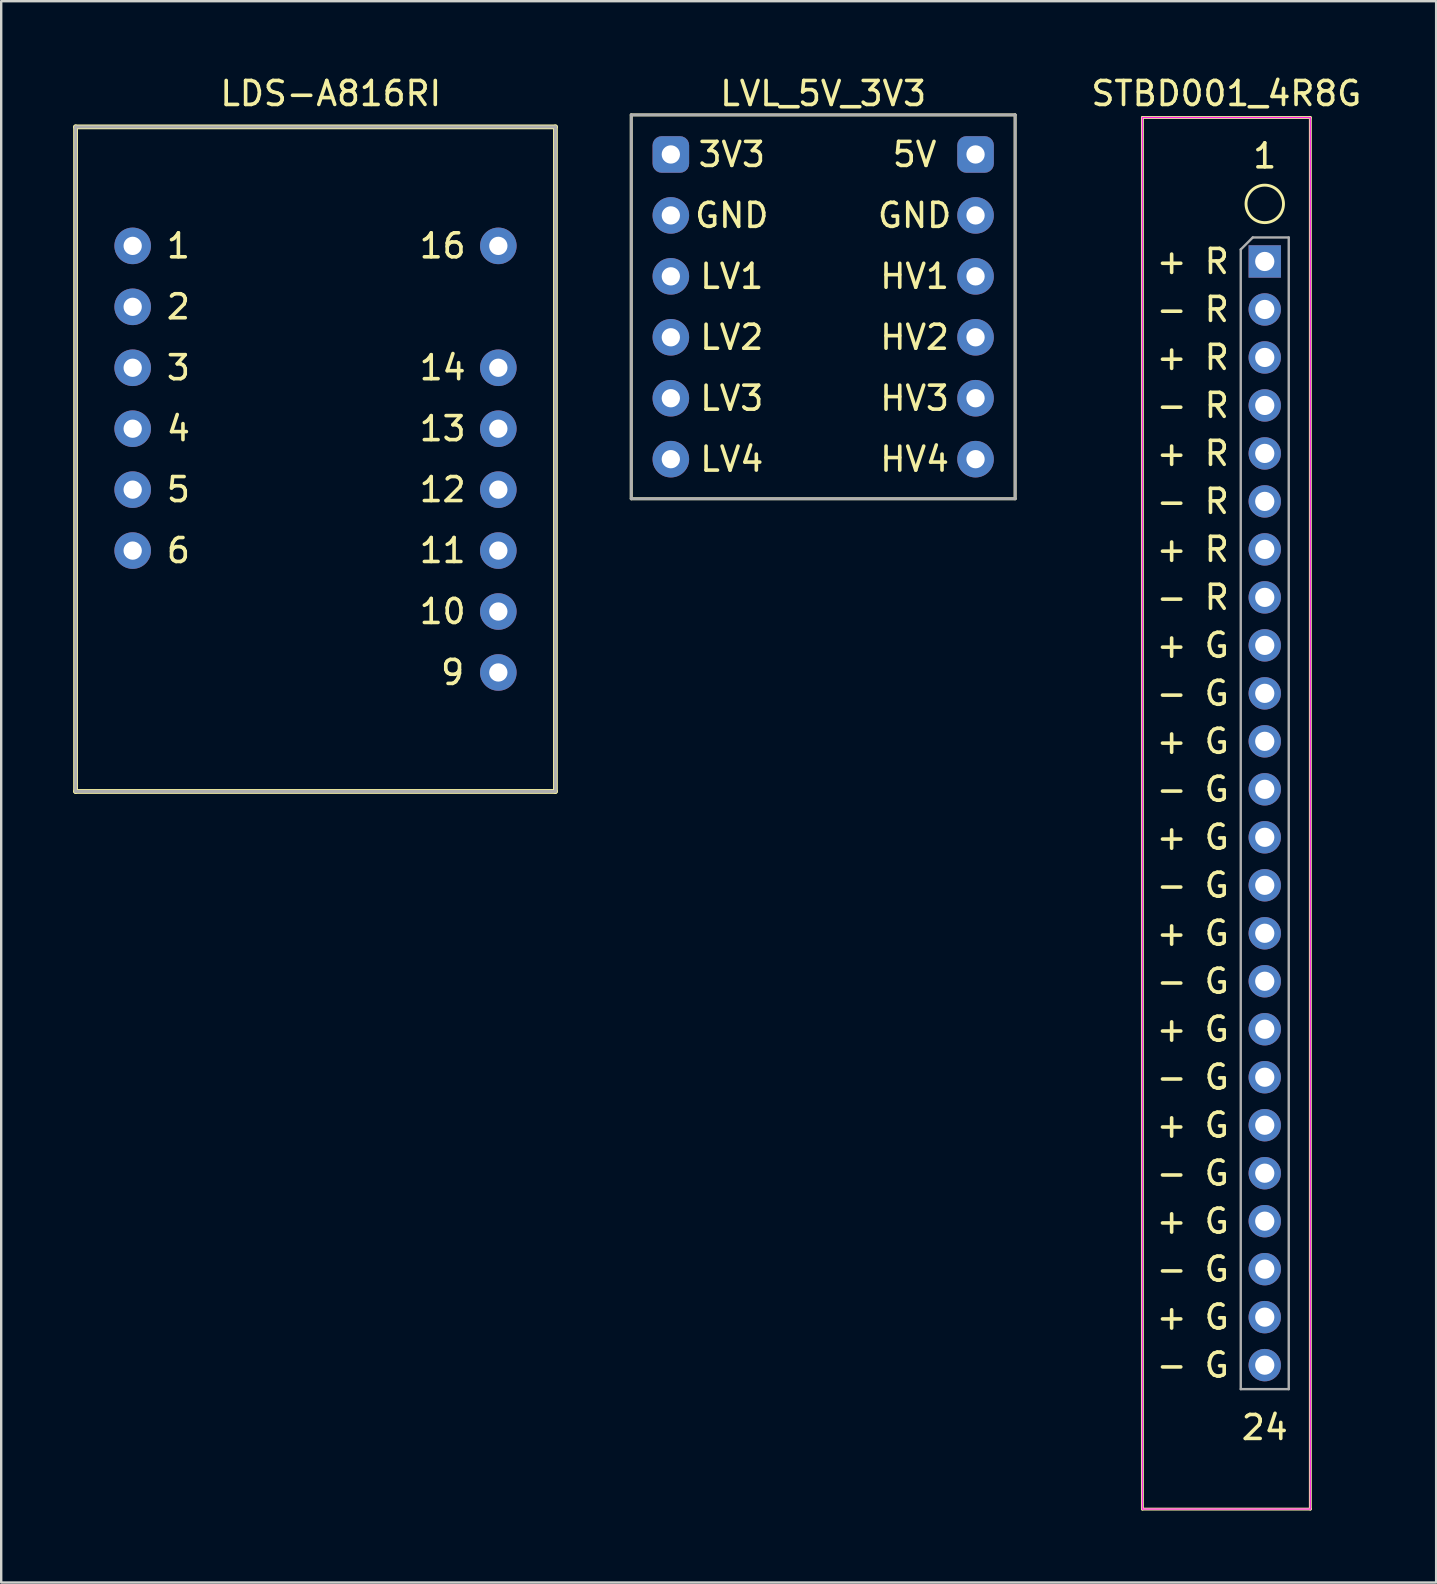
<source format=kicad_pcb>
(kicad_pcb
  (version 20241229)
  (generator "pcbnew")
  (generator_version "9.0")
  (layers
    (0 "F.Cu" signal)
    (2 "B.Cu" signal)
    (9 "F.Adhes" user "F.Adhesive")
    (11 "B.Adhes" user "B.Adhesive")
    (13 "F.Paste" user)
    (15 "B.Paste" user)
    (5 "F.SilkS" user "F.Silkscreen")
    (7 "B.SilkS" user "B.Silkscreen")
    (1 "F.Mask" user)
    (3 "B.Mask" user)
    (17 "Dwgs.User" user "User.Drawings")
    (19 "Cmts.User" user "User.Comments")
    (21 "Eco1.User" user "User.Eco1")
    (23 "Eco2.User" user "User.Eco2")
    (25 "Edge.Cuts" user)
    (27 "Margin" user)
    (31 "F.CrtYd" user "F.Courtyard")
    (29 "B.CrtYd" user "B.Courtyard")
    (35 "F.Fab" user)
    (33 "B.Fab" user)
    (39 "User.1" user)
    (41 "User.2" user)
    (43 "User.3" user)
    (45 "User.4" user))
  (footprint "LVL_5V_3V3"
    (layer "F.Cu")
    (at 31.26 9.738)
    (property "Reference" "LVL_5V_3V3" (at 0 -8.89 0) (layer "F.SilkS") (effects (font (size 1 1) (thickness 0.15))))
    (attr through_hole)
    (fp_line (start -8 -8) (end 8 -8) (stroke (width 0.12) (type solid)) (layer "F.SilkS"))
    (fp_line (start -8 8) (end -8 -8) (stroke (width 0.12) (type solid)) (layer "F.SilkS"))
    (fp_line (start 8 -8) (end 8 8) (stroke (width 0.12) (type solid)) (layer "F.SilkS"))
    (fp_line (start 8 8) (end -8 8) (stroke (width 0.12) (type solid)) (layer "F.SilkS"))
    (fp_line (start -8 -8) (end 8 -8) (stroke (width 0.12) (type solid)) (layer "F.Fab"))
    (fp_line (start -8 8) (end -8 -8) (stroke (width 0.12) (type solid)) (layer "F.Fab"))
    (fp_line (start 8 -8) (end 8 8) (stroke (width 0.12) (type solid)) (layer "F.Fab"))
    (fp_line (start 8 8) (end -8 8) (stroke (width 0.12) (type solid)) (layer "F.Fab"))
    (fp_text user "3V3" (at -3.81 -6.35 0) (layer "F.SilkS") (effects (font (size 1 1) (thickness 0.15))))
    (fp_text user "GND" (at 3.81 -3.81 0) (layer "F.SilkS") (effects (font (size 1 1) (thickness 0.15))))
    (fp_text user "5V" (at 3.81 -6.35 0) (layer "F.SilkS") (effects (font (size 1 1) (thickness 0.15))))
    (fp_text user "HV3" (at 3.81 3.81 0) (layer "F.SilkS") (effects (font (size 1 1) (thickness 0.15))))
    (fp_text user "LV1" (at -3.81 -1.27 0) (layer "F.SilkS") (effects (font (size 1 1) (thickness 0.15))))
    (fp_text user "LV3" (at -3.81 3.81 0) (layer "F.SilkS") (effects (font (size 1 1) (thickness 0.15))))
    (fp_text user "LV2" (at -3.81 1.27 0) (layer "F.SilkS") (effects (font (size 1 1) (thickness 0.15))))
    (fp_text user "HV2" (at 3.81 1.27 0) (layer "F.SilkS") (effects (font (size 1 1) (thickness 0.15))))
    (fp_text user "LV4" (at -3.81 6.35 0) (layer "F.SilkS") (effects (font (size 1 1) (thickness 0.15))))
    (fp_text user "HV1" (at 3.81 -1.27 0) (layer "F.SilkS") (effects (font (size 1 1) (thickness 0.15))))
    (fp_text user "HV4" (at 3.81 6.35 0) (layer "F.SilkS") (effects (font (size 1 1) (thickness 0.15))))
    (fp_text user "GND" (at -3.81 -3.81 0) (layer "F.SilkS") (effects (font (size 1 1) (thickness 0.15))))
    (pad "1" thru_hole roundrect (at 6.35 -6.35) (size 1.524 1.524) (drill 0.762) (layers "*.Cu" "*.Mask") (roundrect_rratio 0.25))
    (pad "2" thru_hole circle (at 6.35 -3.81) (size 1.524 1.524) (drill 0.762) (layers "*.Cu" "*.Mask"))
    (pad "3" thru_hole circle (at 6.35 -1.27) (size 1.524 1.524) (drill 0.762) (layers "*.Cu" "*.Mask"))
    (pad "4" thru_hole circle (at 6.35 1.27) (size 1.524 1.524) (drill 0.762) (layers "*.Cu" "*.Mask"))
    (pad "5" thru_hole circle (at 6.35 3.81) (size 1.524 1.524) (drill 0.762) (layers "*.Cu" "*.Mask"))
    (pad "6" thru_hole circle (at 6.35 6.35) (size 1.524 1.524) (drill 0.762) (layers "*.Cu" "*.Mask"))
    (pad "7" thru_hole circle (at -6.35 6.35) (size 1.524 1.524) (drill 0.762) (layers "*.Cu" "*.Mask"))
    (pad "8" thru_hole circle (at -6.35 3.81) (size 1.524 1.524) (drill 0.762) (layers "*.Cu" "*.Mask"))
    (pad "9" thru_hole circle (at -6.35 1.27) (size 1.524 1.524) (drill 0.762) (layers "*.Cu" "*.Mask"))
    (pad "10" thru_hole circle (at -6.35 -1.27) (size 1.524 1.524) (drill 0.762) (layers "*.Cu" "*.Mask"))
    (pad "11" thru_hole circle (at -6.35 -3.81) (size 1.524 1.524) (drill 0.762) (layers "*.Cu" "*.Mask"))
    (pad "12" thru_hole roundrect (at -6.35 -6.35) (size 1.524 1.524) (drill 0.762) (layers "*.Cu" "*.Mask") (roundrect_rratio 0.25)))
  (footprint "LDS-A816RI"
    (layer "F.Cu")
    (at 2.48 7.198)
    (property "Reference" "LDS-A816RI" (at 8.255 -6.35 0) (layer "F.SilkS") (effects (font (size 1 1) (thickness 0.15))))
    (attr through_hole)
    (fp_line (start -2.38 -4.96) (end 17.62 -4.96) (stroke (width 0.2) (type solid)) (layer "F.SilkS"))
    (fp_line (start -2.38 22.74) (end -2.38 -4.96) (stroke (width 0.2) (type solid)) (layer "F.SilkS"))
    (fp_line (start 17.62 -4.96) (end 17.62 22.74) (stroke (width 0.2) (type solid)) (layer "F.SilkS"))
    (fp_line (start 17.62 22.74) (end -2.38 22.74) (stroke (width 0.2) (type solid)) (layer "F.SilkS"))
    (fp_line (start -2.38 -4.96) (end -2.38 22.74) (stroke (width 0.12) (type solid)) (layer "F.Fab"))
    (fp_line (start -2.38 -4.96) (end 17.62 -4.96) (stroke (width 0.12) (type solid)) (layer "F.Fab"))
    (fp_line (start -2.38 22.74) (end 17.62 22.74) (stroke (width 0.12) (type solid)) (layer "F.Fab"))
    (fp_line (start 17.62 -4.96) (end 17.62 22.74) (stroke (width 0.12) (type solid)) (layer "F.Fab"))
    (fp_text user "13" (at 13.97 7.62 0) (layer "F.SilkS") (effects (font (size 1 1) (thickness 0.15)) (justify right)))
    (fp_text user "16" (at 13.97 0 0) (layer "F.SilkS") (effects (font (size 1 1) (thickness 0.15)) (justify right)))
    (fp_text user "2" (at 1.905 2.54 0) (layer "F.SilkS") (effects (font (size 1 1) (thickness 0.15))))
    (fp_text user "3" (at 1.905 5.08 0) (layer "F.SilkS") (effects (font (size 1 1) (thickness 0.15))))
    (fp_text user "10" (at 13.97 15.24 0) (layer "F.SilkS") (effects (font (size 1 1) (thickness 0.15)) (justify right)))
    (fp_text user "9" (at 13.335 17.78 0) (layer "F.SilkS") (effects (font (size 1 1) (thickness 0.15))))
    (fp_text user "1" (at 1.905 0 0) (layer "F.SilkS") (effects (font (size 1 1) (thickness 0.15))))
    (fp_text user "14" (at 13.97 5.08 0) (layer "F.SilkS") (effects (font (size 1 1) (thickness 0.15)) (justify right)))
    (fp_text user "4" (at 1.905 7.62 0) (layer "F.SilkS") (effects (font (size 1 1) (thickness 0.15))))
    (fp_text user "5" (at 1.905 10.16 0) (layer "F.SilkS") (effects (font (size 1 1) (thickness 0.15))))
    (fp_text user "12" (at 13.97 10.16 0) (layer "F.SilkS") (effects (font (size 1 1) (thickness 0.15)) (justify right)))
    (fp_text user "11" (at 13.97 12.7 0) (layer "F.SilkS") (effects (font (size 1 1) (thickness 0.15)) (justify right)))
    (fp_text user "6" (at 1.905 12.7 0) (layer "F.SilkS") (effects (font (size 1 1) (thickness 0.15))))
    (pad "1" thru_hole circle (at 0 0) (size 1.524 1.524) (drill 0.762) (layers "*.Cu" "*.Mask"))
    (pad "2" thru_hole circle (at 0 2.54) (size 1.524 1.524) (drill 0.762) (layers "*.Cu" "*.Mask"))
    (pad "3" thru_hole circle (at 0 5.08) (size 1.524 1.524) (drill 0.762) (layers "*.Cu" "*.Mask"))
    (pad "4" thru_hole circle (at 0 7.62) (size 1.524 1.524) (drill 0.762) (layers "*.Cu" "*.Mask"))
    (pad "5" thru_hole circle (at 0 10.16) (size 1.524 1.524) (drill 0.762) (layers "*.Cu" "*.Mask"))
    (pad "6" thru_hole circle (at 0 12.7) (size 1.524 1.524) (drill 0.762) (layers "*.Cu" "*.Mask"))
    (pad "9" thru_hole circle (at 15.24 17.78) (size 1.524 1.524) (drill 0.762) (layers "*.Cu" "*.Mask"))
    (pad "10" thru_hole circle (at 15.24 15.24) (size 1.524 1.524) (drill 0.762) (layers "*.Cu" "*.Mask"))
    (pad "11" thru_hole circle (at 15.24 12.7) (size 1.524 1.524) (drill 0.762) (layers "*.Cu" "*.Mask"))
    (pad "12" thru_hole circle (at 15.24 10.16) (size 1.524 1.524) (drill 0.762) (layers "*.Cu" "*.Mask"))
    (pad "13" thru_hole circle (at 15.24 7.62) (size 1.524 1.524) (drill 0.762) (layers "*.Cu" "*.Mask"))
    (pad "14" thru_hole circle (at 15.24 5.08) (size 1.524 1.524) (drill 0.762) (layers "*.Cu" "*.Mask"))
    (pad "16" thru_hole circle (at 15.24 0) (size 1.524 1.524) (drill 0.762) (layers "*.Cu" "*.Mask")))
  (footprint "STBD001_4R8G"
    (layer "F.Cu")
    (at 49.664 5.448)
    (property "Reference" "STBD001_4R8G" (at -1.6 -4.6 0) (layer "F.SilkS") (effects (font (size 1 1) (thickness 0.15))))
    (attr through_hole)
    (fp_line (start -5.1 -3.6) (end -5.1 54.4) (stroke (width 0.12) (type solid)) (layer "F.SilkS"))
    (fp_line (start -5.1 -3.6) (end 1.9 -3.6) (stroke (width 0.12) (type solid)) (layer "F.SilkS"))
    (fp_line (start -5.1 54.4) (end 1.9 54.4) (stroke (width 0.12) (type solid)) (layer "F.SilkS"))
    (fp_line (start 1.9 -3.6) (end 1.9 54.4) (stroke (width 0.12) (type solid)) (layer "F.SilkS"))
    (fp_circle (center 0 0) (end 0.6 -0.5) (stroke (width 0.12) (type solid)) (fill no) (layer "F.SilkS"))
    (fp_line (start -5.1 -3.6) (end -5.1 54.4) (stroke (width 0.05) (type solid)) (layer "F.CrtYd"))
    (fp_line (start -5.1 54.4) (end 1.9 54.4) (stroke (width 0.05) (type solid)) (layer "F.CrtYd"))
    (fp_line (start 1.9 -3.6) (end -5.1 -3.6) (stroke (width 0.05) (type solid)) (layer "F.CrtYd"))
    (fp_line (start 1.9 54.4) (end 1.9 -3.6) (stroke (width 0.05) (type solid)) (layer "F.CrtYd"))
    (fp_line (start -1 1.9) (end -0.5 1.4) (stroke (width 0.1) (type solid)) (layer "F.Fab"))
    (fp_line (start -1 49.4) (end -1 1.9) (stroke (width 0.1) (type solid)) (layer "F.Fab"))
    (fp_line (start -0.5 1.4) (end 1 1.4) (stroke (width 0.1) (type solid)) (layer "F.Fab"))
    (fp_line (start 1 1.4) (end 1 49.4) (stroke (width 0.1) (type solid)) (layer "F.Fab"))
    (fp_line (start 1 49.4) (end -1 49.4) (stroke (width 0.1) (type solid)) (layer "F.Fab"))
    (fp_text user "- R" (at -3 16.4 0) (unlocked yes) (layer "F.SilkS") (effects (font (size 1 1) (thickness 0.15))))
    (fp_text user "- R" (at -3 4.4 0) (unlocked yes) (layer "F.SilkS") (effects (font (size 1 1) (thickness 0.15))))
    (fp_text user "24" (at 0 51 0) (layer "F.SilkS") (effects (font (size 1 1) (thickness 0.15))))
    (fp_text user "1" (at 0 -2 0) (layer "F.SilkS") (effects (font (size 1 1) (thickness 0.15))))
    (fp_text user "+ R" (at -3 6.4 0) (unlocked yes) (layer "F.SilkS") (effects (font (size 1 1) (thickness 0.15))))
    (fp_text user "+ G" (at -3 18.4 0) (unlocked yes) (layer "F.SilkS") (effects (font (size 1 1) (thickness 0.15))))
    (fp_text user "- R" (at -3 12.4 0) (unlocked yes) (layer "F.SilkS") (effects (font (size 1 1) (thickness 0.15))))
    (fp_text user "+ R" (at -3 14.4 0) (unlocked yes) (layer "F.SilkS") (effects (font (size 1 1) (thickness 0.15))))
    (fp_text user "- G" (at -3 36.4 0) (unlocked yes) (layer "F.SilkS") (effects (font (size 1 1) (thickness 0.15))))
    (fp_text user "+ G" (at -3 46.4 0) (unlocked yes) (layer "F.SilkS") (effects (font (size 1 1) (thickness 0.15))))
    (fp_text user "+ G" (at -3 30.4 0) (unlocked yes) (layer "F.SilkS") (effects (font (size 1 1) (thickness 0.15))))
    (fp_text user "- G" (at -3 32.4 0) (unlocked yes) (layer "F.SilkS") (effects (font (size 1 1) (thickness 0.15))))
    (fp_text user "- G" (at -3 20.4 0) (unlocked yes) (layer "F.SilkS") (effects (font (size 1 1) (thickness 0.15))))
    (fp_text user "+ R" (at -3 2.4 0) (unlocked yes) (layer "F.SilkS") (effects (font (size 1 1) (thickness 0.15))))
    (fp_text user "+ G" (at -3 42.4 0) (unlocked yes) (layer "F.SilkS") (effects (font (size 1 1) (thickness 0.15))))
    (fp_text user "- R" (at -3 8.4 0) (unlocked yes) (layer "F.SilkS") (effects (font (size 1 1) (thickness 0.15))))
    (fp_text user "- G" (at -3 40.4 0) (unlocked yes) (layer "F.SilkS") (effects (font (size 1 1) (thickness 0.15))))
    (fp_text user "- G" (at -3 24.4 0) (unlocked yes) (layer "F.SilkS") (effects (font (size 1 1) (thickness 0.15))))
    (fp_text user "- G" (at -3 44.4 0) (unlocked yes) (layer "F.SilkS") (effects (font (size 1 1) (thickness 0.15))))
    (fp_text user "- G" (at -3 48.4 0) (unlocked yes) (layer "F.SilkS") (effects (font (size 1 1) (thickness 0.15))))
    (fp_text user "+ G" (at -3 26.4 0) (unlocked yes) (layer "F.SilkS") (effects (font (size 1 1) (thickness 0.15))))
    (fp_text user "+ G" (at -3 34.4 0) (unlocked yes) (layer "F.SilkS") (effects (font (size 1 1) (thickness 0.15))))
    (fp_text user "+ G" (at -3 22.4 0) (unlocked yes) (layer "F.SilkS") (effects (font (size 1 1) (thickness 0.15))))
    (fp_text user "+ G" (at -3 38.4 0) (unlocked yes) (layer "F.SilkS") (effects (font (size 1 1) (thickness 0.15))))
    (fp_text user "- G" (at -3 28.4 0) (unlocked yes) (layer "F.SilkS") (effects (font (size 1 1) (thickness 0.15))))
    (fp_text user "+ R" (at -3 10.4 0) (unlocked yes) (layer "F.SilkS") (effects (font (size 1 1) (thickness 0.15))))
    (pad "1" thru_hole rect (at 0 2.4) (size 1.35 1.35) (drill 0.8) (layers "*.Cu" "*.Mask"))
    (pad "2" thru_hole oval (at 0 4.4) (size 1.35 1.35) (drill 0.8) (layers "*.Cu" "*.Mask"))
    (pad "3" thru_hole oval (at 0 6.4) (size 1.35 1.35) (drill 0.8) (layers "*.Cu" "*.Mask"))
    (pad "4" thru_hole oval (at 0 8.4) (size 1.35 1.35) (drill 0.8) (layers "*.Cu" "*.Mask"))
    (pad "5" thru_hole oval (at 0 10.4) (size 1.35 1.35) (drill 0.8) (layers "*.Cu" "*.Mask"))
    (pad "6" thru_hole oval (at 0 12.4) (size 1.35 1.35) (drill 0.8) (layers "*.Cu" "*.Mask"))
    (pad "7" thru_hole oval (at 0 14.4) (size 1.35 1.35) (drill 0.8) (layers "*.Cu" "*.Mask"))
    (pad "8" thru_hole oval (at 0 16.4) (size 1.35 1.35) (drill 0.8) (layers "*.Cu" "*.Mask"))
    (pad "9" thru_hole oval (at 0 18.4) (size 1.35 1.35) (drill 0.8) (layers "*.Cu" "*.Mask"))
    (pad "10" thru_hole oval (at 0 20.4) (size 1.35 1.35) (drill 0.8) (layers "*.Cu" "*.Mask"))
    (pad "11" thru_hole oval (at 0 22.4) (size 1.35 1.35) (drill 0.8) (layers "*.Cu" "*.Mask"))
    (pad "12" thru_hole oval (at 0 24.4) (size 1.35 1.35) (drill 0.8) (layers "*.Cu" "*.Mask"))
    (pad "13" thru_hole oval (at 0 26.4) (size 1.35 1.35) (drill 0.8) (layers "*.Cu" "*.Mask"))
    (pad "14" thru_hole oval (at 0 28.4) (size 1.35 1.35) (drill 0.8) (layers "*.Cu" "*.Mask"))
    (pad "15" thru_hole oval (at 0 30.4) (size 1.35 1.35) (drill 0.8) (layers "*.Cu" "*.Mask"))
    (pad "16" thru_hole oval (at 0 32.4) (size 1.35 1.35) (drill 0.8) (layers "*.Cu" "*.Mask"))
    (pad "17" thru_hole oval (at 0 34.4) (size 1.35 1.35) (drill 0.8) (layers "*.Cu" "*.Mask"))
    (pad "18" thru_hole oval (at 0 36.4) (size 1.35 1.35) (drill 0.8) (layers "*.Cu" "*.Mask"))
    (pad "19" thru_hole oval (at 0 38.4) (size 1.35 1.35) (drill 0.8) (layers "*.Cu" "*.Mask"))
    (pad "20" thru_hole oval (at 0 40.4) (size 1.35 1.35) (drill 0.8) (layers "*.Cu" "*.Mask"))
    (pad "21" thru_hole oval (at 0 42.4) (size 1.35 1.35) (drill 0.8) (layers "*.Cu" "*.Mask"))
    (pad "22" thru_hole oval (at 0 44.4) (size 1.35 1.35) (drill 0.8) (layers "*.Cu" "*.Mask"))
    (pad "23" thru_hole oval (at 0 46.4) (size 1.35 1.35) (drill 0.8) (layers "*.Cu" "*.Mask"))
    (pad "24" thru_hole oval (at 0 48.4) (size 1.35 1.35) (drill 0.8) (layers "*.Cu" "*.Mask")))
  (gr_rect
    (start -3 -3)
    (end 56.808 62.908)
    (stroke (width 0.1) (type default))
    (fill no)
    (layer "Edge.Cuts")))
</source>
